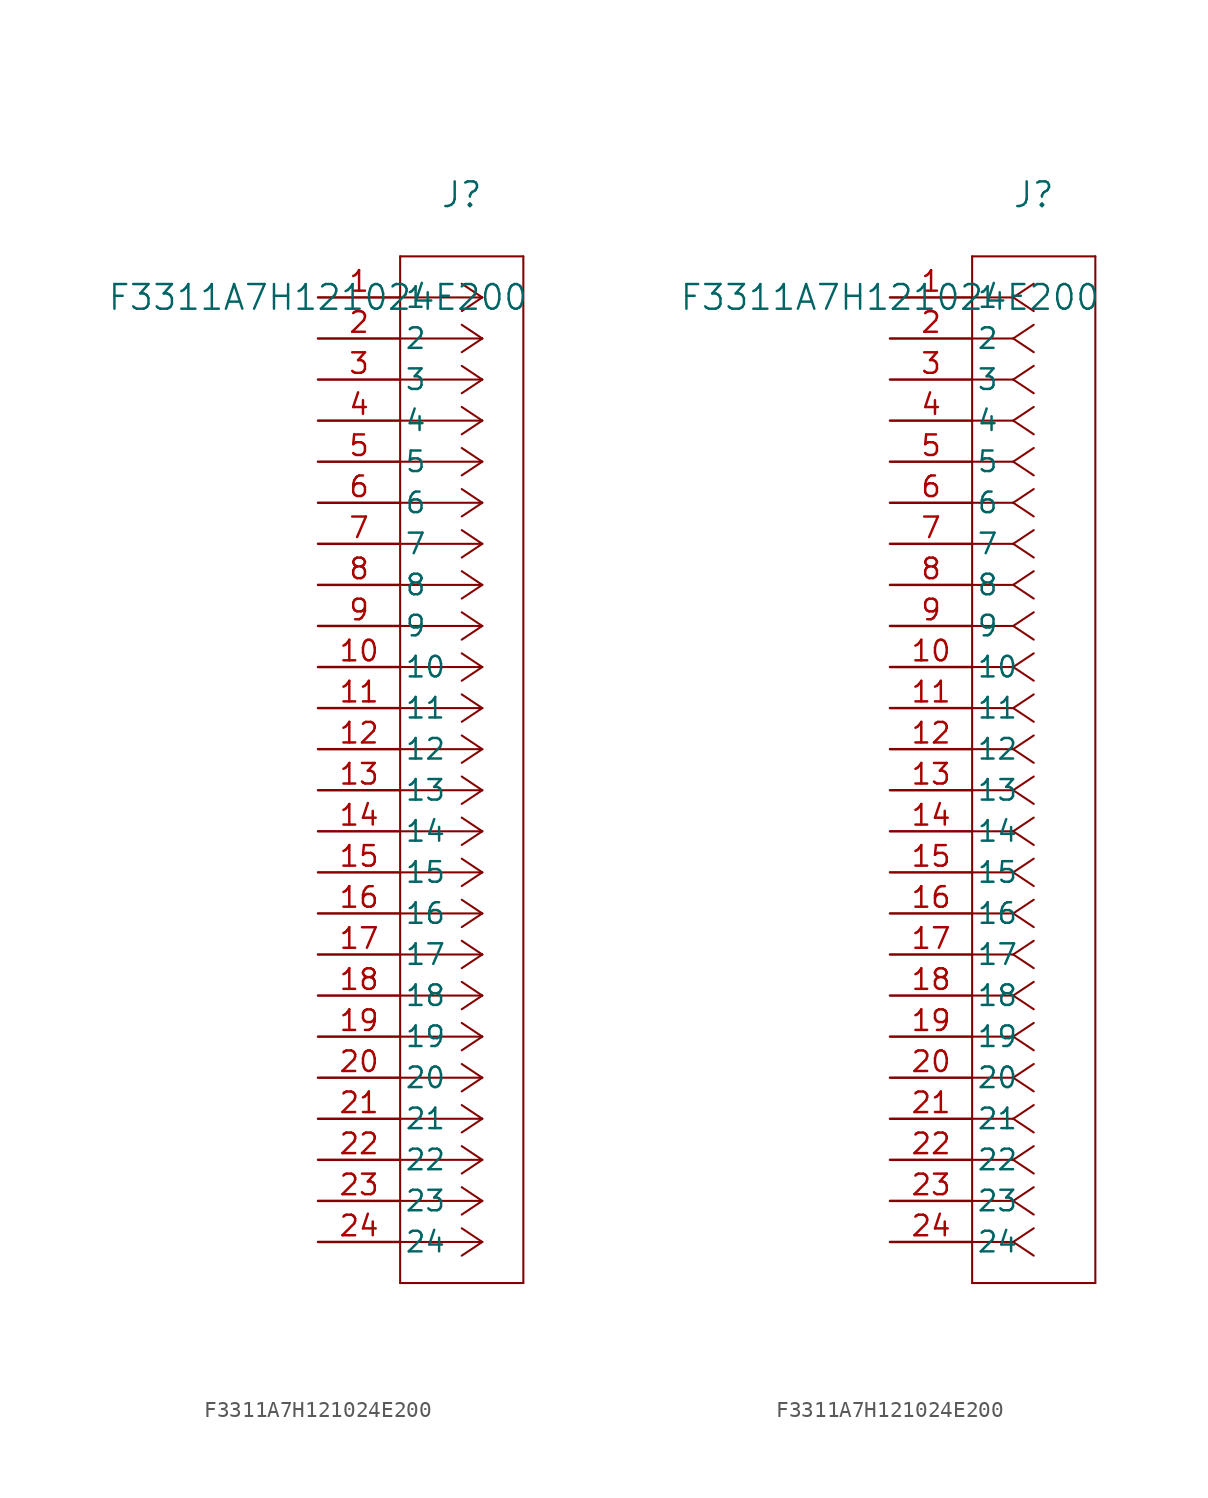
<source format=kicad_sym>
(kicad_symbol_lib
  (version 20211014)
  (generator kicad_symbol_editor)
  (symbol "F3311A7H121024E200"
    (pin_names
      (offset 0.254))
    (property "Reference" "J"
      (at 8.89 6.35 0)
      (effects (font (size 1.524 1.524))))
    (property "Value" "F3311A7H121024E200"
      (at 0 0 0)
      (effects (font (size 1.524 1.524))))
    (symbol "F3311A7H121024E200_1_1"
      (polyline (pts (xy 10.16 0) (xy 5.08 0)) (stroke (width 0.127) (type default) (color 0 0 0 0)) (fill (type none)))
      (polyline (pts (xy 10.16 -2.54) (xy 5.08 -2.54)) (stroke (width 0.127) (type default) (color 0 0 0 0)) (fill (type none)))
      (polyline (pts (xy 10.16 -5.08) (xy 5.08 -5.08)) (stroke (width 0.127) (type default) (color 0 0 0 0)) (fill (type none)))
      (polyline (pts (xy 10.16 -7.62) (xy 5.08 -7.62)) (stroke (width 0.127) (type default) (color 0 0 0 0)) (fill (type none)))
      (polyline (pts (xy 10.16 -10.16) (xy 5.08 -10.16)) (stroke (width 0.127) (type default) (color 0 0 0 0)) (fill (type none)))
      (polyline (pts (xy 10.16 -12.7) (xy 5.08 -12.7)) (stroke (width 0.127) (type default) (color 0 0 0 0)) (fill (type none)))
      (polyline (pts (xy 10.16 -15.24) (xy 5.08 -15.24)) (stroke (width 0.127) (type default) (color 0 0 0 0)) (fill (type none)))
      (polyline (pts (xy 10.16 -17.78) (xy 5.08 -17.78)) (stroke (width 0.127) (type default) (color 0 0 0 0)) (fill (type none)))
      (polyline (pts (xy 10.16 -20.32) (xy 5.08 -20.32)) (stroke (width 0.127) (type default) (color 0 0 0 0)) (fill (type none)))
      (polyline (pts (xy 10.16 -22.86) (xy 5.08 -22.86)) (stroke (width 0.127) (type default) (color 0 0 0 0)) (fill (type none)))
      (polyline (pts (xy 10.16 -25.4) (xy 5.08 -25.4)) (stroke (width 0.127) (type default) (color 0 0 0 0)) (fill (type none)))
      (polyline (pts (xy 10.16 -27.94) (xy 5.08 -27.94)) (stroke (width 0.127) (type default) (color 0 0 0 0)) (fill (type none)))
      (polyline (pts (xy 10.16 -30.48) (xy 5.08 -30.48)) (stroke (width 0.127) (type default) (color 0 0 0 0)) (fill (type none)))
      (polyline (pts (xy 10.16 -33.02) (xy 5.08 -33.02)) (stroke (width 0.127) (type default) (color 0 0 0 0)) (fill (type none)))
      (polyline (pts (xy 10.16 -35.56) (xy 5.08 -35.56)) (stroke (width 0.127) (type default) (color 0 0 0 0)) (fill (type none)))
      (polyline (pts (xy 10.16 -38.1) (xy 5.08 -38.1)) (stroke (width 0.127) (type default) (color 0 0 0 0)) (fill (type none)))
      (polyline (pts (xy 10.16 -40.64) (xy 5.08 -40.64)) (stroke (width 0.127) (type default) (color 0 0 0 0)) (fill (type none)))
      (polyline (pts (xy 10.16 -43.18) (xy 5.08 -43.18)) (stroke (width 0.127) (type default) (color 0 0 0 0)) (fill (type none)))
      (polyline (pts (xy 10.16 -45.72) (xy 5.08 -45.72)) (stroke (width 0.127) (type default) (color 0 0 0 0)) (fill (type none)))
      (polyline (pts (xy 10.16 -48.26) (xy 5.08 -48.26)) (stroke (width 0.127) (type default) (color 0 0 0 0)) (fill (type none)))
      (polyline (pts (xy 10.16 -50.8) (xy 5.08 -50.8)) (stroke (width 0.127) (type default) (color 0 0 0 0)) (fill (type none)))
      (polyline (pts (xy 10.16 -53.34) (xy 5.08 -53.34)) (stroke (width 0.127) (type default) (color 0 0 0 0)) (fill (type none)))
      (polyline (pts (xy 10.16 -55.88) (xy 5.08 -55.88)) (stroke (width 0.127) (type default) (color 0 0 0 0)) (fill (type none)))
      (polyline (pts (xy 10.16 -58.42) (xy 5.08 -58.42)) (stroke (width 0.127) (type default) (color 0 0 0 0)) (fill (type none)))
      (polyline (pts (xy 10.16 0) (xy 8.89 0.847)) (stroke (width 0.127) (type default) (color 0 0 0 0)) (fill (type none)))
      (polyline (pts (xy 10.16 -2.54) (xy 8.89 -1.693)) (stroke (width 0.127) (type default) (color 0 0 0 0)) (fill (type none)))
      (polyline (pts (xy 10.16 -5.08) (xy 8.89 -4.233)) (stroke (width 0.127) (type default) (color 0 0 0 0)) (fill (type none)))
      (polyline (pts (xy 10.16 -7.62) (xy 8.89 -6.773)) (stroke (width 0.127) (type default) (color 0 0 0 0)) (fill (type none)))
      (polyline (pts (xy 10.16 -10.16) (xy 8.89 -9.313)) (stroke (width 0.127) (type default) (color 0 0 0 0)) (fill (type none)))
      (polyline (pts (xy 10.16 -12.7) (xy 8.89 -11.853)) (stroke (width 0.127) (type default) (color 0 0 0 0)) (fill (type none)))
      (polyline (pts (xy 10.16 -15.24) (xy 8.89 -14.393)) (stroke (width 0.127) (type default) (color 0 0 0 0)) (fill (type none)))
      (polyline (pts (xy 10.16 -17.78) (xy 8.89 -16.933)) (stroke (width 0.127) (type default) (color 0 0 0 0)) (fill (type none)))
      (polyline (pts (xy 10.16 -20.32) (xy 8.89 -19.473)) (stroke (width 0.127) (type default) (color 0 0 0 0)) (fill (type none)))
      (polyline (pts (xy 10.16 -22.86) (xy 8.89 -22.013)) (stroke (width 0.127) (type default) (color 0 0 0 0)) (fill (type none)))
      (polyline (pts (xy 10.16 -25.4) (xy 8.89 -24.553)) (stroke (width 0.127) (type default) (color 0 0 0 0)) (fill (type none)))
      (polyline (pts (xy 10.16 -27.94) (xy 8.89 -27.093)) (stroke (width 0.127) (type default) (color 0 0 0 0)) (fill (type none)))
      (polyline (pts (xy 10.16 -30.48) (xy 8.89 -29.633)) (stroke (width 0.127) (type default) (color 0 0 0 0)) (fill (type none)))
      (polyline (pts (xy 10.16 -33.02) (xy 8.89 -32.173)) (stroke (width 0.127) (type default) (color 0 0 0 0)) (fill (type none)))
      (polyline (pts (xy 10.16 -35.56) (xy 8.89 -34.713)) (stroke (width 0.127) (type default) (color 0 0 0 0)) (fill (type none)))
      (polyline (pts (xy 10.16 -38.1) (xy 8.89 -37.253)) (stroke (width 0.127) (type default) (color 0 0 0 0)) (fill (type none)))
      (polyline (pts (xy 10.16 -40.64) (xy 8.89 -39.793)) (stroke (width 0.127) (type default) (color 0 0 0 0)) (fill (type none)))
      (polyline (pts (xy 10.16 -43.18) (xy 8.89 -42.333)) (stroke (width 0.127) (type default) (color 0 0 0 0)) (fill (type none)))
      (polyline (pts (xy 10.16 -45.72) (xy 8.89 -44.873)) (stroke (width 0.127) (type default) (color 0 0 0 0)) (fill (type none)))
      (polyline (pts (xy 10.16 -48.26) (xy 8.89 -47.413)) (stroke (width 0.127) (type default) (color 0 0 0 0)) (fill (type none)))
      (polyline (pts (xy 10.16 -50.8) (xy 8.89 -49.953)) (stroke (width 0.127) (type default) (color 0 0 0 0)) (fill (type none)))
      (polyline (pts (xy 10.16 -53.34) (xy 8.89 -52.493)) (stroke (width 0.127) (type default) (color 0 0 0 0)) (fill (type none)))
      (polyline (pts (xy 10.16 -55.88) (xy 8.89 -55.033)) (stroke (width 0.127) (type default) (color 0 0 0 0)) (fill (type none)))
      (polyline (pts (xy 10.16 -58.42) (xy 8.89 -57.573)) (stroke (width 0.127) (type default) (color 0 0 0 0)) (fill (type none)))
      (polyline (pts (xy 10.16 0) (xy 8.89 -0.847)) (stroke (width 0.127) (type default) (color 0 0 0 0)) (fill (type none)))
      (polyline (pts (xy 10.16 -2.54) (xy 8.89 -3.387)) (stroke (width 0.127) (type default) (color 0 0 0 0)) (fill (type none)))
      (polyline (pts (xy 10.16 -5.08) (xy 8.89 -5.927)) (stroke (width 0.127) (type default) (color 0 0 0 0)) (fill (type none)))
      (polyline (pts (xy 10.16 -7.62) (xy 8.89 -8.467)) (stroke (width 0.127) (type default) (color 0 0 0 0)) (fill (type none)))
      (polyline (pts (xy 10.16 -10.16) (xy 8.89 -11.007)) (stroke (width 0.127) (type default) (color 0 0 0 0)) (fill (type none)))
      (polyline (pts (xy 10.16 -12.7) (xy 8.89 -13.547)) (stroke (width 0.127) (type default) (color 0 0 0 0)) (fill (type none)))
      (polyline (pts (xy 10.16 -15.24) (xy 8.89 -16.087)) (stroke (width 0.127) (type default) (color 0 0 0 0)) (fill (type none)))
      (polyline (pts (xy 10.16 -17.78) (xy 8.89 -18.627)) (stroke (width 0.127) (type default) (color 0 0 0 0)) (fill (type none)))
      (polyline (pts (xy 10.16 -20.32) (xy 8.89 -21.167)) (stroke (width 0.127) (type default) (color 0 0 0 0)) (fill (type none)))
      (polyline (pts (xy 10.16 -22.86) (xy 8.89 -23.707)) (stroke (width 0.127) (type default) (color 0 0 0 0)) (fill (type none)))
      (polyline (pts (xy 10.16 -25.4) (xy 8.89 -26.247)) (stroke (width 0.127) (type default) (color 0 0 0 0)) (fill (type none)))
      (polyline (pts (xy 10.16 -27.94) (xy 8.89 -28.787)) (stroke (width 0.127) (type default) (color 0 0 0 0)) (fill (type none)))
      (polyline (pts (xy 10.16 -30.48) (xy 8.89 -31.327)) (stroke (width 0.127) (type default) (color 0 0 0 0)) (fill (type none)))
      (polyline (pts (xy 10.16 -33.02) (xy 8.89 -33.867)) (stroke (width 0.127) (type default) (color 0 0 0 0)) (fill (type none)))
      (polyline (pts (xy 10.16 -35.56) (xy 8.89 -36.407)) (stroke (width 0.127) (type default) (color 0 0 0 0)) (fill (type none)))
      (polyline (pts (xy 10.16 -38.1) (xy 8.89 -38.947)) (stroke (width 0.127) (type default) (color 0 0 0 0)) (fill (type none)))
      (polyline (pts (xy 10.16 -40.64) (xy 8.89 -41.487)) (stroke (width 0.127) (type default) (color 0 0 0 0)) (fill (type none)))
      (polyline (pts (xy 10.16 -43.18) (xy 8.89 -44.027)) (stroke (width 0.127) (type default) (color 0 0 0 0)) (fill (type none)))
      (polyline (pts (xy 10.16 -45.72) (xy 8.89 -46.567)) (stroke (width 0.127) (type default) (color 0 0 0 0)) (fill (type none)))
      (polyline (pts (xy 10.16 -48.26) (xy 8.89 -49.107)) (stroke (width 0.127) (type default) (color 0 0 0 0)) (fill (type none)))
      (polyline (pts (xy 10.16 -50.8) (xy 8.89 -51.647)) (stroke (width 0.127) (type default) (color 0 0 0 0)) (fill (type none)))
      (polyline (pts (xy 10.16 -53.34) (xy 8.89 -54.187)) (stroke (width 0.127) (type default) (color 0 0 0 0)) (fill (type none)))
      (polyline (pts (xy 10.16 -55.88) (xy 8.89 -56.727)) (stroke (width 0.127) (type default) (color 0 0 0 0)) (fill (type none)))
      (polyline (pts (xy 10.16 -58.42) (xy 8.89 -59.267)) (stroke (width 0.127) (type default) (color 0 0 0 0)) (fill (type none)))
      (polyline (pts (xy 5.08 2.54) (xy 5.08 -60.96)) (stroke (width 0.127) (type default) (color 0 0 0 0)) (fill (type none)))
      (polyline (pts (xy 5.08 -60.96) (xy 12.7 -60.96)) (stroke (width 0.127) (type default) (color 0 0 0 0)) (fill (type none)))
      (polyline (pts (xy 12.7 -60.96) (xy 12.7 2.54)) (stroke (width 0.127) (type default) (color 0 0 0 0)) (fill (type none)))
      (polyline (pts (xy 12.7 2.54) (xy 5.08 2.54)) (stroke (width 0.127) (type default) (color 0 0 0 0)) (fill (type none)))
      (pin unspecified line (at 0 0 0) (length 5.08) (name "1" (effects (font (size 1.27 1.27)))) (number "1" (effects (font (size 1.27 1.27)))))
      (pin unspecified line (at 0 -2.54 0) (length 5.08) (name "2" (effects (font (size 1.27 1.27)))) (number "2" (effects (font (size 1.27 1.27)))))
      (pin unspecified line (at 0 -5.08 0) (length 5.08) (name "3" (effects (font (size 1.27 1.27)))) (number "3" (effects (font (size 1.27 1.27)))))
      (pin unspecified line (at 0 -7.62 0) (length 5.08) (name "4" (effects (font (size 1.27 1.27)))) (number "4" (effects (font (size 1.27 1.27)))))
      (pin unspecified line (at 0 -10.16 0) (length 5.08) (name "5" (effects (font (size 1.27 1.27)))) (number "5" (effects (font (size 1.27 1.27)))))
      (pin unspecified line (at 0 -12.7 0) (length 5.08) (name "6" (effects (font (size 1.27 1.27)))) (number "6" (effects (font (size 1.27 1.27)))))
      (pin unspecified line (at 0 -15.24 0) (length 5.08) (name "7" (effects (font (size 1.27 1.27)))) (number "7" (effects (font (size 1.27 1.27)))))
      (pin unspecified line (at 0 -17.78 0) (length 5.08) (name "8" (effects (font (size 1.27 1.27)))) (number "8" (effects (font (size 1.27 1.27)))))
      (pin unspecified line (at 0 -20.32 0) (length 5.08) (name "9" (effects (font (size 1.27 1.27)))) (number "9" (effects (font (size 1.27 1.27)))))
      (pin unspecified line (at 0 -22.86 0) (length 5.08) (name "10" (effects (font (size 1.27 1.27)))) (number "10" (effects (font (size 1.27 1.27)))))
      (pin unspecified line (at 0 -25.4 0) (length 5.08) (name "11" (effects (font (size 1.27 1.27)))) (number "11" (effects (font (size 1.27 1.27)))))
      (pin unspecified line (at 0 -27.94 0) (length 5.08) (name "12" (effects (font (size 1.27 1.27)))) (number "12" (effects (font (size 1.27 1.27)))))
      (pin unspecified line (at 0 -30.48 0) (length 5.08) (name "13" (effects (font (size 1.27 1.27)))) (number "13" (effects (font (size 1.27 1.27)))))
      (pin unspecified line (at 0 -33.02 0) (length 5.08) (name "14" (effects (font (size 1.27 1.27)))) (number "14" (effects (font (size 1.27 1.27)))))
      (pin unspecified line (at 0 -35.56 0) (length 5.08) (name "15" (effects (font (size 1.27 1.27)))) (number "15" (effects (font (size 1.27 1.27)))))
      (pin unspecified line (at 0 -38.1 0) (length 5.08) (name "16" (effects (font (size 1.27 1.27)))) (number "16" (effects (font (size 1.27 1.27)))))
      (pin unspecified line (at 0 -40.64 0) (length 5.08) (name "17" (effects (font (size 1.27 1.27)))) (number "17" (effects (font (size 1.27 1.27)))))
      (pin unspecified line (at 0 -43.18 0) (length 5.08) (name "18" (effects (font (size 1.27 1.27)))) (number "18" (effects (font (size 1.27 1.27)))))
      (pin unspecified line (at 0 -45.72 0) (length 5.08) (name "19" (effects (font (size 1.27 1.27)))) (number "19" (effects (font (size 1.27 1.27)))))
      (pin unspecified line (at 0 -48.26 0) (length 5.08) (name "20" (effects (font (size 1.27 1.27)))) (number "20" (effects (font (size 1.27 1.27)))))
      (pin unspecified line (at 0 -50.8 0) (length 5.08) (name "21" (effects (font (size 1.27 1.27)))) (number "21" (effects (font (size 1.27 1.27)))))
      (pin unspecified line (at 0 -53.34 0) (length 5.08) (name "22" (effects (font (size 1.27 1.27)))) (number "22" (effects (font (size 1.27 1.27)))))
      (pin unspecified line (at 0 -55.88 0) (length 5.08) (name "23" (effects (font (size 1.27 1.27)))) (number "23" (effects (font (size 1.27 1.27)))))
      (pin unspecified line (at 0 -58.42 0) (length 5.08) (name "24" (effects (font (size 1.27 1.27)))) (number "24" (effects (font (size 1.27 1.27))))))
    (symbol "F3311A7H121024E200_1_2"
      (polyline (pts (xy 7.62 0) (xy 5.08 0)) (stroke (width 0.127) (type default) (color 0 0 0 0)) (fill (type none)))
      (polyline (pts (xy 7.62 -2.54) (xy 5.08 -2.54)) (stroke (width 0.127) (type default) (color 0 0 0 0)) (fill (type none)))
      (polyline (pts (xy 7.62 -5.08) (xy 5.08 -5.08)) (stroke (width 0.127) (type default) (color 0 0 0 0)) (fill (type none)))
      (polyline (pts (xy 7.62 -7.62) (xy 5.08 -7.62)) (stroke (width 0.127) (type default) (color 0 0 0 0)) (fill (type none)))
      (polyline (pts (xy 7.62 -10.16) (xy 5.08 -10.16)) (stroke (width 0.127) (type default) (color 0 0 0 0)) (fill (type none)))
      (polyline (pts (xy 7.62 -12.7) (xy 5.08 -12.7)) (stroke (width 0.127) (type default) (color 0 0 0 0)) (fill (type none)))
      (polyline (pts (xy 7.62 -15.24) (xy 5.08 -15.24)) (stroke (width 0.127) (type default) (color 0 0 0 0)) (fill (type none)))
      (polyline (pts (xy 7.62 -17.78) (xy 5.08 -17.78)) (stroke (width 0.127) (type default) (color 0 0 0 0)) (fill (type none)))
      (polyline (pts (xy 7.62 -20.32) (xy 5.08 -20.32)) (stroke (width 0.127) (type default) (color 0 0 0 0)) (fill (type none)))
      (polyline (pts (xy 7.62 -22.86) (xy 5.08 -22.86)) (stroke (width 0.127) (type default) (color 0 0 0 0)) (fill (type none)))
      (polyline (pts (xy 7.62 -25.4) (xy 5.08 -25.4)) (stroke (width 0.127) (type default) (color 0 0 0 0)) (fill (type none)))
      (polyline (pts (xy 7.62 -27.94) (xy 5.08 -27.94)) (stroke (width 0.127) (type default) (color 0 0 0 0)) (fill (type none)))
      (polyline (pts (xy 7.62 -30.48) (xy 5.08 -30.48)) (stroke (width 0.127) (type default) (color 0 0 0 0)) (fill (type none)))
      (polyline (pts (xy 7.62 -33.02) (xy 5.08 -33.02)) (stroke (width 0.127) (type default) (color 0 0 0 0)) (fill (type none)))
      (polyline (pts (xy 7.62 -35.56) (xy 5.08 -35.56)) (stroke (width 0.127) (type default) (color 0 0 0 0)) (fill (type none)))
      (polyline (pts (xy 7.62 -38.1) (xy 5.08 -38.1)) (stroke (width 0.127) (type default) (color 0 0 0 0)) (fill (type none)))
      (polyline (pts (xy 7.62 -40.64) (xy 5.08 -40.64)) (stroke (width 0.127) (type default) (color 0 0 0 0)) (fill (type none)))
      (polyline (pts (xy 7.62 -43.18) (xy 5.08 -43.18)) (stroke (width 0.127) (type default) (color 0 0 0 0)) (fill (type none)))
      (polyline (pts (xy 7.62 -45.72) (xy 5.08 -45.72)) (stroke (width 0.127) (type default) (color 0 0 0 0)) (fill (type none)))
      (polyline (pts (xy 7.62 -48.26) (xy 5.08 -48.26)) (stroke (width 0.127) (type default) (color 0 0 0 0)) (fill (type none)))
      (polyline (pts (xy 7.62 -50.8) (xy 5.08 -50.8)) (stroke (width 0.127) (type default) (color 0 0 0 0)) (fill (type none)))
      (polyline (pts (xy 7.62 -53.34) (xy 5.08 -53.34)) (stroke (width 0.127) (type default) (color 0 0 0 0)) (fill (type none)))
      (polyline (pts (xy 7.62 -55.88) (xy 5.08 -55.88)) (stroke (width 0.127) (type default) (color 0 0 0 0)) (fill (type none)))
      (polyline (pts (xy 7.62 -58.42) (xy 5.08 -58.42)) (stroke (width 0.127) (type default) (color 0 0 0 0)) (fill (type none)))
      (polyline (pts (xy 7.62 0) (xy 8.89 0.847)) (stroke (width 0.127) (type default) (color 0 0 0 0)) (fill (type none)))
      (polyline (pts (xy 7.62 -2.54) (xy 8.89 -1.693)) (stroke (width 0.127) (type default) (color 0 0 0 0)) (fill (type none)))
      (polyline (pts (xy 7.62 -5.08) (xy 8.89 -4.233)) (stroke (width 0.127) (type default) (color 0 0 0 0)) (fill (type none)))
      (polyline (pts (xy 7.62 -7.62) (xy 8.89 -6.773)) (stroke (width 0.127) (type default) (color 0 0 0 0)) (fill (type none)))
      (polyline (pts (xy 7.62 -10.16) (xy 8.89 -9.313)) (stroke (width 0.127) (type default) (color 0 0 0 0)) (fill (type none)))
      (polyline (pts (xy 7.62 -12.7) (xy 8.89 -11.853)) (stroke (width 0.127) (type default) (color 0 0 0 0)) (fill (type none)))
      (polyline (pts (xy 7.62 -15.24) (xy 8.89 -14.393)) (stroke (width 0.127) (type default) (color 0 0 0 0)) (fill (type none)))
      (polyline (pts (xy 7.62 -17.78) (xy 8.89 -16.933)) (stroke (width 0.127) (type default) (color 0 0 0 0)) (fill (type none)))
      (polyline (pts (xy 7.62 -20.32) (xy 8.89 -19.473)) (stroke (width 0.127) (type default) (color 0 0 0 0)) (fill (type none)))
      (polyline (pts (xy 7.62 -22.86) (xy 8.89 -22.013)) (stroke (width 0.127) (type default) (color 0 0 0 0)) (fill (type none)))
      (polyline (pts (xy 7.62 -25.4) (xy 8.89 -24.553)) (stroke (width 0.127) (type default) (color 0 0 0 0)) (fill (type none)))
      (polyline (pts (xy 7.62 -27.94) (xy 8.89 -27.093)) (stroke (width 0.127) (type default) (color 0 0 0 0)) (fill (type none)))
      (polyline (pts (xy 7.62 -30.48) (xy 8.89 -29.633)) (stroke (width 0.127) (type default) (color 0 0 0 0)) (fill (type none)))
      (polyline (pts (xy 7.62 -33.02) (xy 8.89 -32.173)) (stroke (width 0.127) (type default) (color 0 0 0 0)) (fill (type none)))
      (polyline (pts (xy 7.62 -35.56) (xy 8.89 -34.713)) (stroke (width 0.127) (type default) (color 0 0 0 0)) (fill (type none)))
      (polyline (pts (xy 7.62 -38.1) (xy 8.89 -37.253)) (stroke (width 0.127) (type default) (color 0 0 0 0)) (fill (type none)))
      (polyline (pts (xy 7.62 -40.64) (xy 8.89 -39.793)) (stroke (width 0.127) (type default) (color 0 0 0 0)) (fill (type none)))
      (polyline (pts (xy 7.62 -43.18) (xy 8.89 -42.333)) (stroke (width 0.127) (type default) (color 0 0 0 0)) (fill (type none)))
      (polyline (pts (xy 7.62 -45.72) (xy 8.89 -44.873)) (stroke (width 0.127) (type default) (color 0 0 0 0)) (fill (type none)))
      (polyline (pts (xy 7.62 -48.26) (xy 8.89 -47.413)) (stroke (width 0.127) (type default) (color 0 0 0 0)) (fill (type none)))
      (polyline (pts (xy 7.62 -50.8) (xy 8.89 -49.953)) (stroke (width 0.127) (type default) (color 0 0 0 0)) (fill (type none)))
      (polyline (pts (xy 7.62 -53.34) (xy 8.89 -52.493)) (stroke (width 0.127) (type default) (color 0 0 0 0)) (fill (type none)))
      (polyline (pts (xy 7.62 -55.88) (xy 8.89 -55.033)) (stroke (width 0.127) (type default) (color 0 0 0 0)) (fill (type none)))
      (polyline (pts (xy 7.62 -58.42) (xy 8.89 -57.573)) (stroke (width 0.127) (type default) (color 0 0 0 0)) (fill (type none)))
      (polyline (pts (xy 7.62 0) (xy 8.89 -0.847)) (stroke (width 0.127) (type default) (color 0 0 0 0)) (fill (type none)))
      (polyline (pts (xy 7.62 -2.54) (xy 8.89 -3.387)) (stroke (width 0.127) (type default) (color 0 0 0 0)) (fill (type none)))
      (polyline (pts (xy 7.62 -5.08) (xy 8.89 -5.927)) (stroke (width 0.127) (type default) (color 0 0 0 0)) (fill (type none)))
      (polyline (pts (xy 7.62 -7.62) (xy 8.89 -8.467)) (stroke (width 0.127) (type default) (color 0 0 0 0)) (fill (type none)))
      (polyline (pts (xy 7.62 -10.16) (xy 8.89 -11.007)) (stroke (width 0.127) (type default) (color 0 0 0 0)) (fill (type none)))
      (polyline (pts (xy 7.62 -12.7) (xy 8.89 -13.547)) (stroke (width 0.127) (type default) (color 0 0 0 0)) (fill (type none)))
      (polyline (pts (xy 7.62 -15.24) (xy 8.89 -16.087)) (stroke (width 0.127) (type default) (color 0 0 0 0)) (fill (type none)))
      (polyline (pts (xy 7.62 -17.78) (xy 8.89 -18.627)) (stroke (width 0.127) (type default) (color 0 0 0 0)) (fill (type none)))
      (polyline (pts (xy 7.62 -20.32) (xy 8.89 -21.167)) (stroke (width 0.127) (type default) (color 0 0 0 0)) (fill (type none)))
      (polyline (pts (xy 7.62 -22.86) (xy 8.89 -23.707)) (stroke (width 0.127) (type default) (color 0 0 0 0)) (fill (type none)))
      (polyline (pts (xy 7.62 -25.4) (xy 8.89 -26.247)) (stroke (width 0.127) (type default) (color 0 0 0 0)) (fill (type none)))
      (polyline (pts (xy 7.62 -27.94) (xy 8.89 -28.787)) (stroke (width 0.127) (type default) (color 0 0 0 0)) (fill (type none)))
      (polyline (pts (xy 7.62 -30.48) (xy 8.89 -31.327)) (stroke (width 0.127) (type default) (color 0 0 0 0)) (fill (type none)))
      (polyline (pts (xy 7.62 -33.02) (xy 8.89 -33.867)) (stroke (width 0.127) (type default) (color 0 0 0 0)) (fill (type none)))
      (polyline (pts (xy 7.62 -35.56) (xy 8.89 -36.407)) (stroke (width 0.127) (type default) (color 0 0 0 0)) (fill (type none)))
      (polyline (pts (xy 7.62 -38.1) (xy 8.89 -38.947)) (stroke (width 0.127) (type default) (color 0 0 0 0)) (fill (type none)))
      (polyline (pts (xy 7.62 -40.64) (xy 8.89 -41.487)) (stroke (width 0.127) (type default) (color 0 0 0 0)) (fill (type none)))
      (polyline (pts (xy 7.62 -43.18) (xy 8.89 -44.027)) (stroke (width 0.127) (type default) (color 0 0 0 0)) (fill (type none)))
      (polyline (pts (xy 7.62 -45.72) (xy 8.89 -46.567)) (stroke (width 0.127) (type default) (color 0 0 0 0)) (fill (type none)))
      (polyline (pts (xy 7.62 -48.26) (xy 8.89 -49.107)) (stroke (width 0.127) (type default) (color 0 0 0 0)) (fill (type none)))
      (polyline (pts (xy 7.62 -50.8) (xy 8.89 -51.647)) (stroke (width 0.127) (type default) (color 0 0 0 0)) (fill (type none)))
      (polyline (pts (xy 7.62 -53.34) (xy 8.89 -54.187)) (stroke (width 0.127) (type default) (color 0 0 0 0)) (fill (type none)))
      (polyline (pts (xy 7.62 -55.88) (xy 8.89 -56.727)) (stroke (width 0.127) (type default) (color 0 0 0 0)) (fill (type none)))
      (polyline (pts (xy 7.62 -58.42) (xy 8.89 -59.267)) (stroke (width 0.127) (type default) (color 0 0 0 0)) (fill (type none)))
      (polyline (pts (xy 5.08 2.54) (xy 5.08 -60.96)) (stroke (width 0.127) (type default) (color 0 0 0 0)) (fill (type none)))
      (polyline (pts (xy 5.08 -60.96) (xy 12.7 -60.96)) (stroke (width 0.127) (type default) (color 0 0 0 0)) (fill (type none)))
      (polyline (pts (xy 12.7 -60.96) (xy 12.7 2.54)) (stroke (width 0.127) (type default) (color 0 0 0 0)) (fill (type none)))
      (polyline (pts (xy 12.7 2.54) (xy 5.08 2.54)) (stroke (width 0.127) (type default) (color 0 0 0 0)) (fill (type none)))
      (pin unspecified line (at 0 0 0) (length 5.08) (name "1" (effects (font (size 1.27 1.27)))) (number "1" (effects (font (size 1.27 1.27)))))
      (pin unspecified line (at 0 -2.54 0) (length 5.08) (name "2" (effects (font (size 1.27 1.27)))) (number "2" (effects (font (size 1.27 1.27)))))
      (pin unspecified line (at 0 -5.08 0) (length 5.08) (name "3" (effects (font (size 1.27 1.27)))) (number "3" (effects (font (size 1.27 1.27)))))
      (pin unspecified line (at 0 -7.62 0) (length 5.08) (name "4" (effects (font (size 1.27 1.27)))) (number "4" (effects (font (size 1.27 1.27)))))
      (pin unspecified line (at 0 -10.16 0) (length 5.08) (name "5" (effects (font (size 1.27 1.27)))) (number "5" (effects (font (size 1.27 1.27)))))
      (pin unspecified line (at 0 -12.7 0) (length 5.08) (name "6" (effects (font (size 1.27 1.27)))) (number "6" (effects (font (size 1.27 1.27)))))
      (pin unspecified line (at 0 -15.24 0) (length 5.08) (name "7" (effects (font (size 1.27 1.27)))) (number "7" (effects (font (size 1.27 1.27)))))
      (pin unspecified line (at 0 -17.78 0) (length 5.08) (name "8" (effects (font (size 1.27 1.27)))) (number "8" (effects (font (size 1.27 1.27)))))
      (pin unspecified line (at 0 -20.32 0) (length 5.08) (name "9" (effects (font (size 1.27 1.27)))) (number "9" (effects (font (size 1.27 1.27)))))
      (pin unspecified line (at 0 -22.86 0) (length 5.08) (name "10" (effects (font (size 1.27 1.27)))) (number "10" (effects (font (size 1.27 1.27)))))
      (pin unspecified line (at 0 -25.4 0) (length 5.08) (name "11" (effects (font (size 1.27 1.27)))) (number "11" (effects (font (size 1.27 1.27)))))
      (pin unspecified line (at 0 -27.94 0) (length 5.08) (name "12" (effects (font (size 1.27 1.27)))) (number "12" (effects (font (size 1.27 1.27)))))
      (pin unspecified line (at 0 -30.48 0) (length 5.08) (name "13" (effects (font (size 1.27 1.27)))) (number "13" (effects (font (size 1.27 1.27)))))
      (pin unspecified line (at 0 -33.02 0) (length 5.08) (name "14" (effects (font (size 1.27 1.27)))) (number "14" (effects (font (size 1.27 1.27)))))
      (pin unspecified line (at 0 -35.56 0) (length 5.08) (name "15" (effects (font (size 1.27 1.27)))) (number "15" (effects (font (size 1.27 1.27)))))
      (pin unspecified line (at 0 -38.1 0) (length 5.08) (name "16" (effects (font (size 1.27 1.27)))) (number "16" (effects (font (size 1.27 1.27)))))
      (pin unspecified line (at 0 -40.64 0) (length 5.08) (name "17" (effects (font (size 1.27 1.27)))) (number "17" (effects (font (size 1.27 1.27)))))
      (pin unspecified line (at 0 -43.18 0) (length 5.08) (name "18" (effects (font (size 1.27 1.27)))) (number "18" (effects (font (size 1.27 1.27)))))
      (pin unspecified line (at 0 -45.72 0) (length 5.08) (name "19" (effects (font (size 1.27 1.27)))) (number "19" (effects (font (size 1.27 1.27)))))
      (pin unspecified line (at 0 -48.26 0) (length 5.08) (name "20" (effects (font (size 1.27 1.27)))) (number "20" (effects (font (size 1.27 1.27)))))
      (pin unspecified line (at 0 -50.8 0) (length 5.08) (name "21" (effects (font (size 1.27 1.27)))) (number "21" (effects (font (size 1.27 1.27)))))
      (pin unspecified line (at 0 -53.34 0) (length 5.08) (name "22" (effects (font (size 1.27 1.27)))) (number "22" (effects (font (size 1.27 1.27)))))
      (pin unspecified line (at 0 -55.88 0) (length 5.08) (name "23" (effects (font (size 1.27 1.27)))) (number "23" (effects (font (size 1.27 1.27)))))
      (pin unspecified line (at 0 -58.42 0) (length 5.08) (name "24" (effects (font (size 1.27 1.27)))) (number "24" (effects (font (size 1.27 1.27))))))))
</source>
